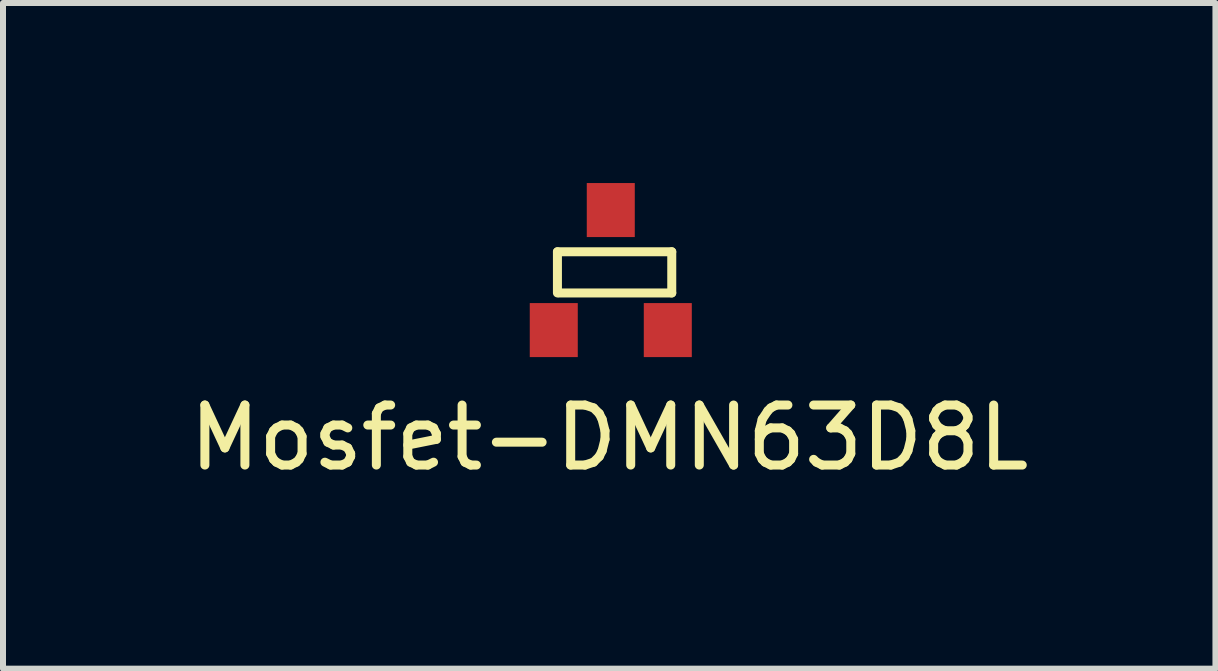
<source format=kicad_pcb>
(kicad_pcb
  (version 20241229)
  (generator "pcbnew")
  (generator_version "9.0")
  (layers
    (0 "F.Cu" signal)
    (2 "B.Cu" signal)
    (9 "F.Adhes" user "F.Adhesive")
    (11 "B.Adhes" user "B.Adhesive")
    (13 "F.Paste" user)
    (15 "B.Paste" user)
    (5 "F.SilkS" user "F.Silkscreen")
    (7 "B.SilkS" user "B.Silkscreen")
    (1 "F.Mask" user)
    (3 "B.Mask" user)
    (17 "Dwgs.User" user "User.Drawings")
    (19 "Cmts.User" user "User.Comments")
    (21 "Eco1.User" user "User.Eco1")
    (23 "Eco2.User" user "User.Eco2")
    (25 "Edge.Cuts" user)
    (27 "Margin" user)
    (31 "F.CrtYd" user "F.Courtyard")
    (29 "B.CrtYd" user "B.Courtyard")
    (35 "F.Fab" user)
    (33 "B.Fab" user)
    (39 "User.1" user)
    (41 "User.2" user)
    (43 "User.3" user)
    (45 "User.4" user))
  (footprint "Mosfet-DMN63D8L"
    (layer "F.Cu")
    (at 7.127 1.45)
    (property "Reference" "Mosfet-DMN63D8L" (at -0.025 2.794 0) (layer "F.SilkS") (effects (font (size 1 1) (thickness 0.15))))
    (attr through_hole)
    (fp_line (start -0.889 -0.305) (end -0.889 0.381) (stroke (width 0.15) (type solid)) (layer "F.SilkS"))
    (fp_line (start -0.864 0.381) (end 1.016 0.381) (stroke (width 0.15) (type solid)) (layer "F.SilkS"))
    (fp_line (start 1.016 -0.305) (end -0.889 -0.305) (stroke (width 0.15) (type solid)) (layer "F.SilkS"))
    (fp_line (start 1.016 0.381) (end 1.016 -0.305) (stroke (width 0.15) (type solid)) (layer "F.SilkS"))
    (pad "1" smd rect (at -0.95 1) (size 0.8 0.9) (layers "F.Cu" "F.Mask" "F.Paste"))
    (pad "2" smd rect (at 0.95 1) (size 0.8 0.9) (layers "F.Cu" "F.Mask" "F.Paste"))
    (pad "3" smd rect (at 0 -1) (size 0.8 0.9) (layers "F.Cu" "F.Mask" "F.Paste")))
  (gr_rect
    (start -3 -3)
    (end 17.202 8.092)
    (stroke (width 0.1) (type default))
    (fill no)
    (layer "Edge.Cuts")))
</source>
